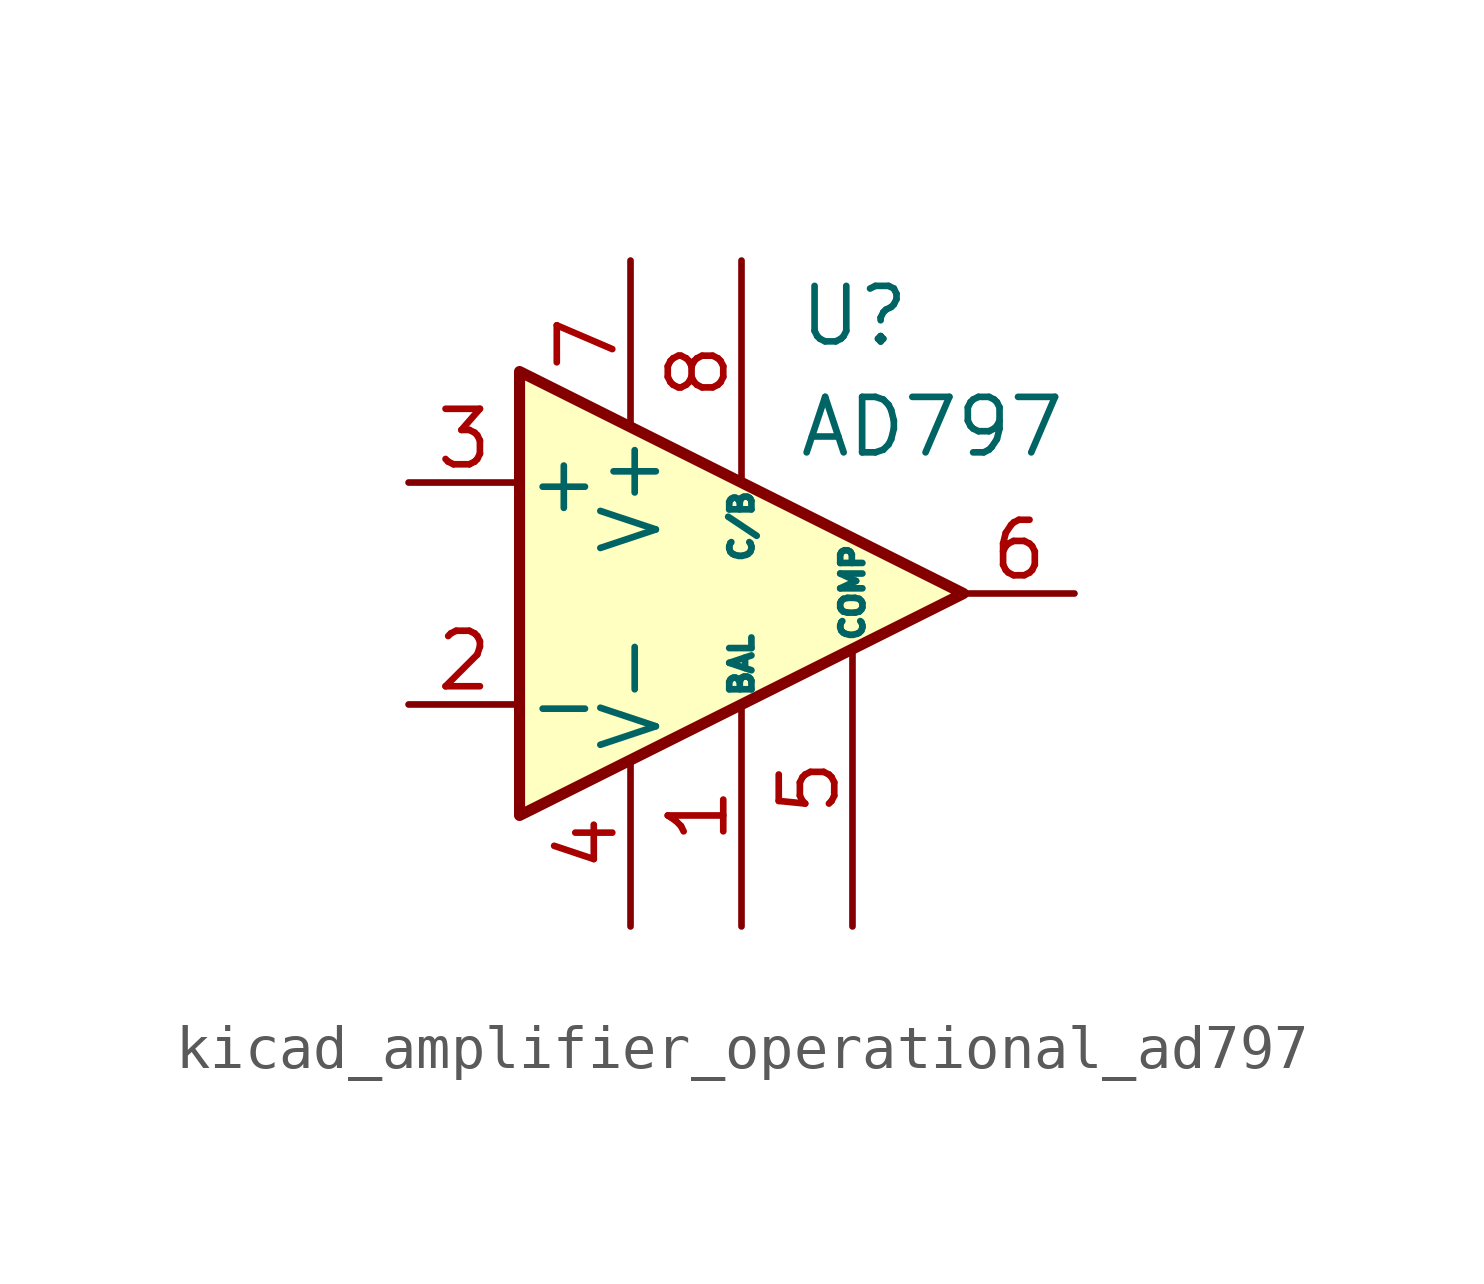
<source format=kicad_sym>
(kicad_symbol_lib
  (version 20220914)
  (generator kicad_symbol_editor)
  (symbol "kicad_amplifier_operational_ad797"
    (pin_names
      (offset 0.127))
    (property "Reference" "U"
      (at 1.27 6.35 0)
      (effects (font (size 1.27 1.27)) (justify left)))
    (property "Value" "AD797"
      (at 1.27 3.81 0)
      (effects (font (size 1.27 1.27)) (justify left)))
    (symbol "kicad_amplifier_operational_ad797_0_1"
      (polyline (pts (xy -5.08 5.08) (xy 5.08 0) (xy -5.08 -5.08) (xy -5.08 5.08)) (stroke (width 0.254) (type default)) (fill (type background))))
    (symbol "kicad_amplifier_operational_ad797_1_1"
      (pin input line (at 0 -7.62 90) (length 5.08) (name "BAL" (effects (font (size 0.508 0.508)))) (number "1" (effects (font (size 1.27 1.27)))))
      (pin input line (at -7.62 -2.54 0) (length 2.54) (name "-" (effects (font (size 1.27 1.27)))) (number "2" (effects (font (size 1.27 1.27)))))
      (pin input line (at -7.62 2.54 0) (length 2.54) (name "+" (effects (font (size 1.27 1.27)))) (number "3" (effects (font (size 1.27 1.27)))))
      (pin power_in line (at -2.54 -7.62 90) (length 3.81) (name "V-" (effects (font (size 1.27 1.27)))) (number "4" (effects (font (size 1.27 1.27)))))
      (pin input line (at 2.54 -7.62 90) (length 6.35) (name "COMP" (effects (font (size 0.508 0.508)))) (number "5" (effects (font (size 1.27 1.27)))))
      (pin output line (at 7.62 0 180) (length 2.54) (name "~" (effects (font (size 1.27 1.27)))) (number "6" (effects (font (size 1.27 1.27)))))
      (pin power_in line (at -2.54 7.62 270) (length 3.81) (name "V+" (effects (font (size 1.27 1.27)))) (number "7" (effects (font (size 1.27 1.27)))))
      (pin input line (at 0 7.62 270) (length 5.08) (name "C/B" (effects (font (size 0.508 0.508)))) (number "8" (effects (font (size 1.27 1.27))))))))
</source>
